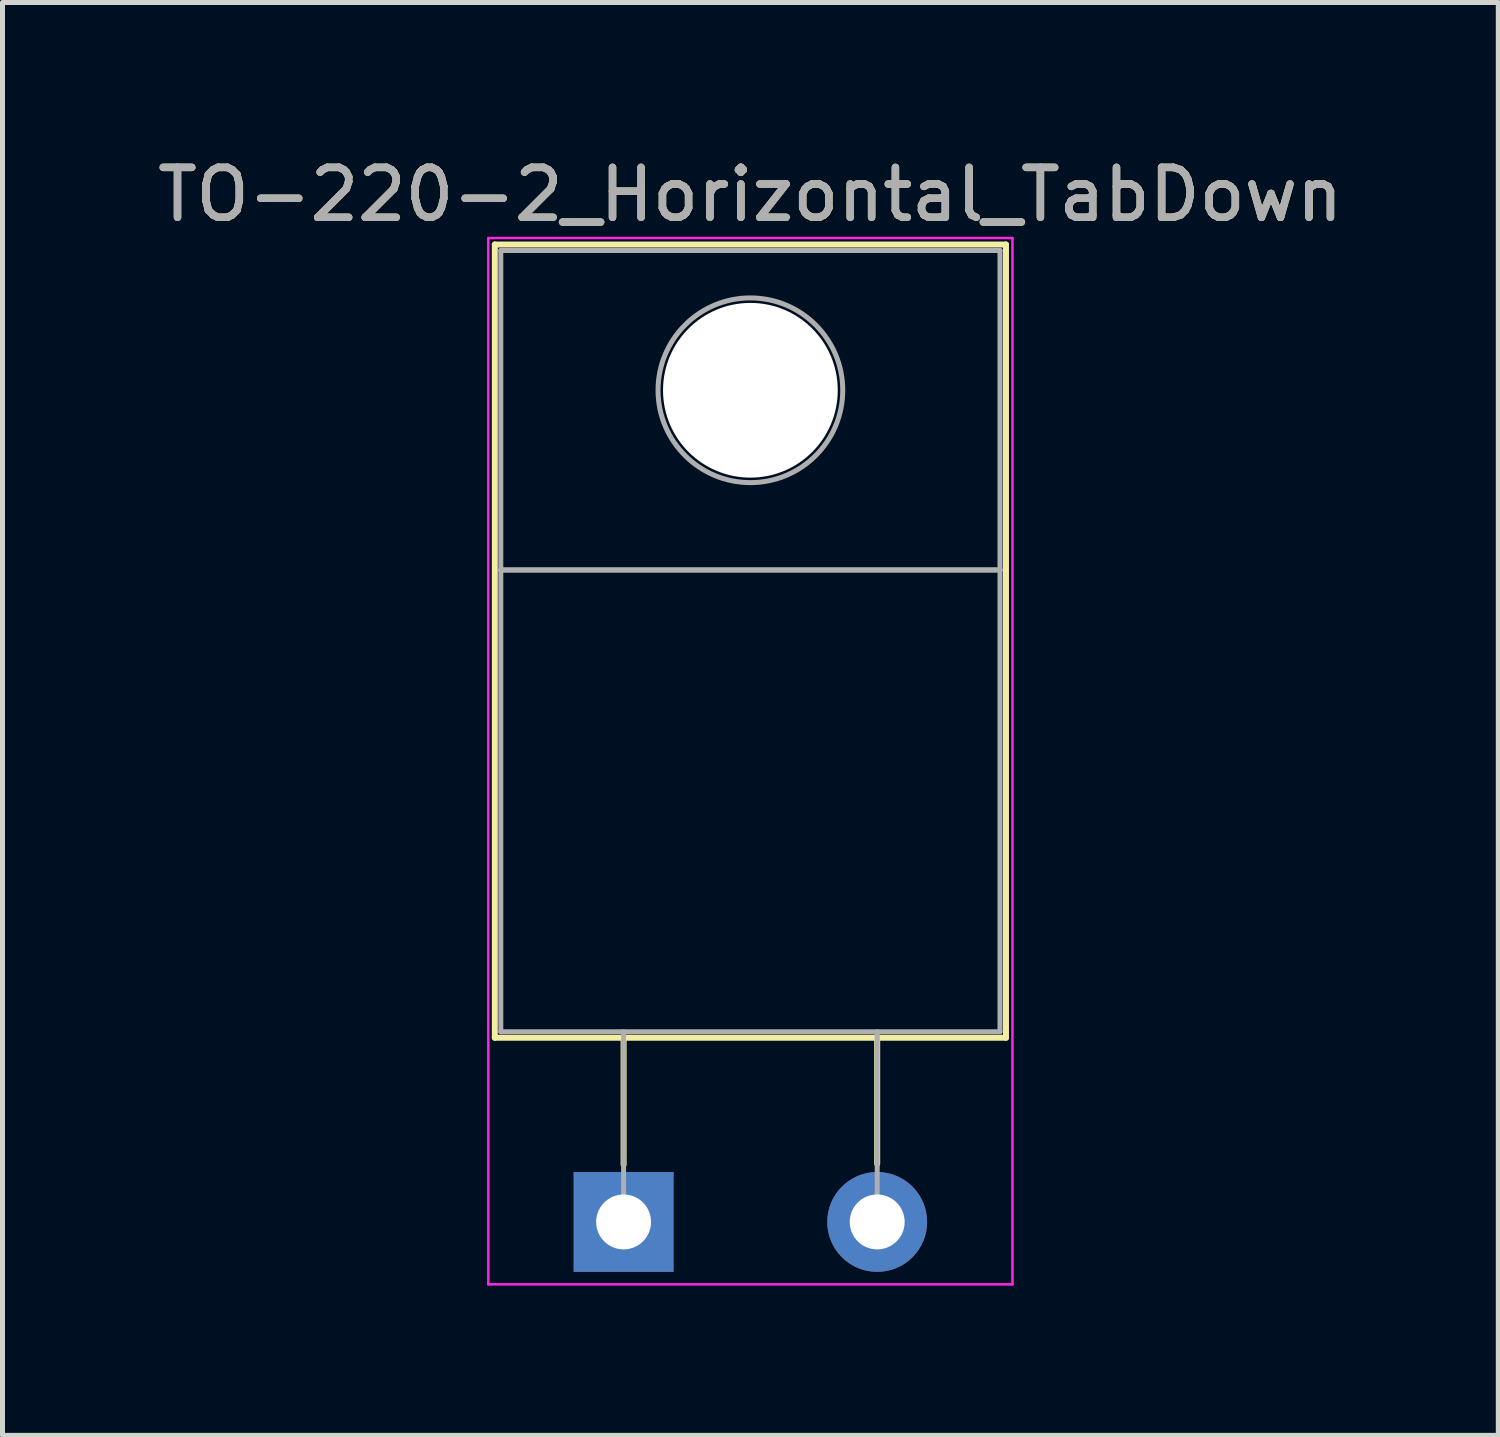
<source format=kicad_pcb>
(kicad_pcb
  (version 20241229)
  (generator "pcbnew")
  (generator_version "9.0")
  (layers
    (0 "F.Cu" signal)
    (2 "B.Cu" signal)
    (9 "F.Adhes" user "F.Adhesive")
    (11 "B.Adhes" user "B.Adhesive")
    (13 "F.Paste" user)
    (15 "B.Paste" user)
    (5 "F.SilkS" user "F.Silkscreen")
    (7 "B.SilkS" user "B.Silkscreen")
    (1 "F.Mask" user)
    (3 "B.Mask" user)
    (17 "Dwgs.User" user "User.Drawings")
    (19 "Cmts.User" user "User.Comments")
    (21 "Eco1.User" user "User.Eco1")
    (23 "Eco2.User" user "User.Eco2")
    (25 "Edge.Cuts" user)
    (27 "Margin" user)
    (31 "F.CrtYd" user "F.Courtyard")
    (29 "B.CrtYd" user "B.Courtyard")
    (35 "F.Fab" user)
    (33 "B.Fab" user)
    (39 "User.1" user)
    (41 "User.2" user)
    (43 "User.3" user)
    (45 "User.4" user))
  (footprint "TO-220-2_Horizontal_TabDown"
    (layer "F.Cu")
    (at 9.442 21.428)
    (property "Reference" "TO-220-2_Horizontal_TabDown" (at 2.54 -20.58 0) (layer "F.SilkS") (effects (font (size 1 1) (thickness 0.15))))
    (attr through_hole)
    (fp_line (start -2.58 -19.58) (end -2.58 -3.69) (stroke (width 0.12) (type solid)) (layer "F.SilkS"))
    (fp_line (start -2.58 -19.58) (end 7.66 -19.58) (stroke (width 0.12) (type solid)) (layer "F.SilkS"))
    (fp_line (start -2.58 -3.69) (end 7.66 -3.69) (stroke (width 0.12) (type solid)) (layer "F.SilkS"))
    (fp_line (start 0 -3.69) (end 0 -1.15) (stroke (width 0.12) (type solid)) (layer "F.SilkS"))
    (fp_line (start 5.08 -3.69) (end 5.08 -1.165) (stroke (width 0.12) (type solid)) (layer "F.SilkS"))
    (fp_line (start 7.66 -19.58) (end 7.66 -3.69) (stroke (width 0.12) (type solid)) (layer "F.SilkS"))
    (fp_line (start -2.71 -19.71) (end -2.71 1.25) (stroke (width 0.05) (type solid)) (layer "F.CrtYd"))
    (fp_line (start -2.71 1.25) (end 7.79 1.25) (stroke (width 0.05) (type solid)) (layer "F.CrtYd"))
    (fp_line (start 7.79 -19.71) (end -2.71 -19.71) (stroke (width 0.05) (type solid)) (layer "F.CrtYd"))
    (fp_line (start 7.79 1.25) (end 7.79 -19.71) (stroke (width 0.05) (type solid)) (layer "F.CrtYd"))
    (fp_line (start -2.46 -19.46) (end 7.54 -19.46) (stroke (width 0.1) (type solid)) (layer "F.Fab"))
    (fp_line (start -2.46 -13.06) (end -2.46 -19.46) (stroke (width 0.1) (type solid)) (layer "F.Fab"))
    (fp_line (start -2.46 -13.06) (end 7.54 -13.06) (stroke (width 0.1) (type solid)) (layer "F.Fab"))
    (fp_line (start -2.46 -3.81) (end -2.46 -13.06) (stroke (width 0.1) (type solid)) (layer "F.Fab"))
    (fp_line (start 0 -3.81) (end 0 0) (stroke (width 0.1) (type solid)) (layer "F.Fab"))
    (fp_line (start 5.08 -3.81) (end 5.08 0) (stroke (width 0.1) (type solid)) (layer "F.Fab"))
    (fp_line (start 7.54 -19.46) (end 7.54 -13.06) (stroke (width 0.1) (type solid)) (layer "F.Fab"))
    (fp_line (start 7.54 -13.06) (end -2.46 -13.06) (stroke (width 0.1) (type solid)) (layer "F.Fab"))
    (fp_line (start 7.54 -13.06) (end 7.54 -3.81) (stroke (width 0.1) (type solid)) (layer "F.Fab"))
    (fp_line (start 7.54 -3.81) (end -2.46 -3.81) (stroke (width 0.1) (type solid)) (layer "F.Fab"))
    (fp_circle (center 2.54 -16.66) (end 4.39 -16.66) (stroke (width 0.1) (type solid)) (fill no) (layer "F.Fab"))
    (fp_text user "${REFERENCE}" (at 2.54 -20.58 0) (layer "F.Fab") (effects (font (size 1 1) (thickness 0.15))))
    (pad "" np_thru_hole oval (at 2.54 -16.66) (size 3.5 3.5) (drill 3.5) (layers "*.Cu" "*.Mask"))
    (pad "1" thru_hole rect (at 0 0) (size 2 2) (drill 1.1) (layers "*.Cu" "*.Mask"))
    (pad "2" thru_hole oval (at 5.08 0) (size 2 2) (drill 1.1) (layers "*.Cu" "*.Mask")))
  (gr_rect
    (start -3 -3)
    (end 26.964 25.703)
    (stroke (width 0.1) (type default))
    (fill no)
    (layer "Edge.Cuts")))
</source>
